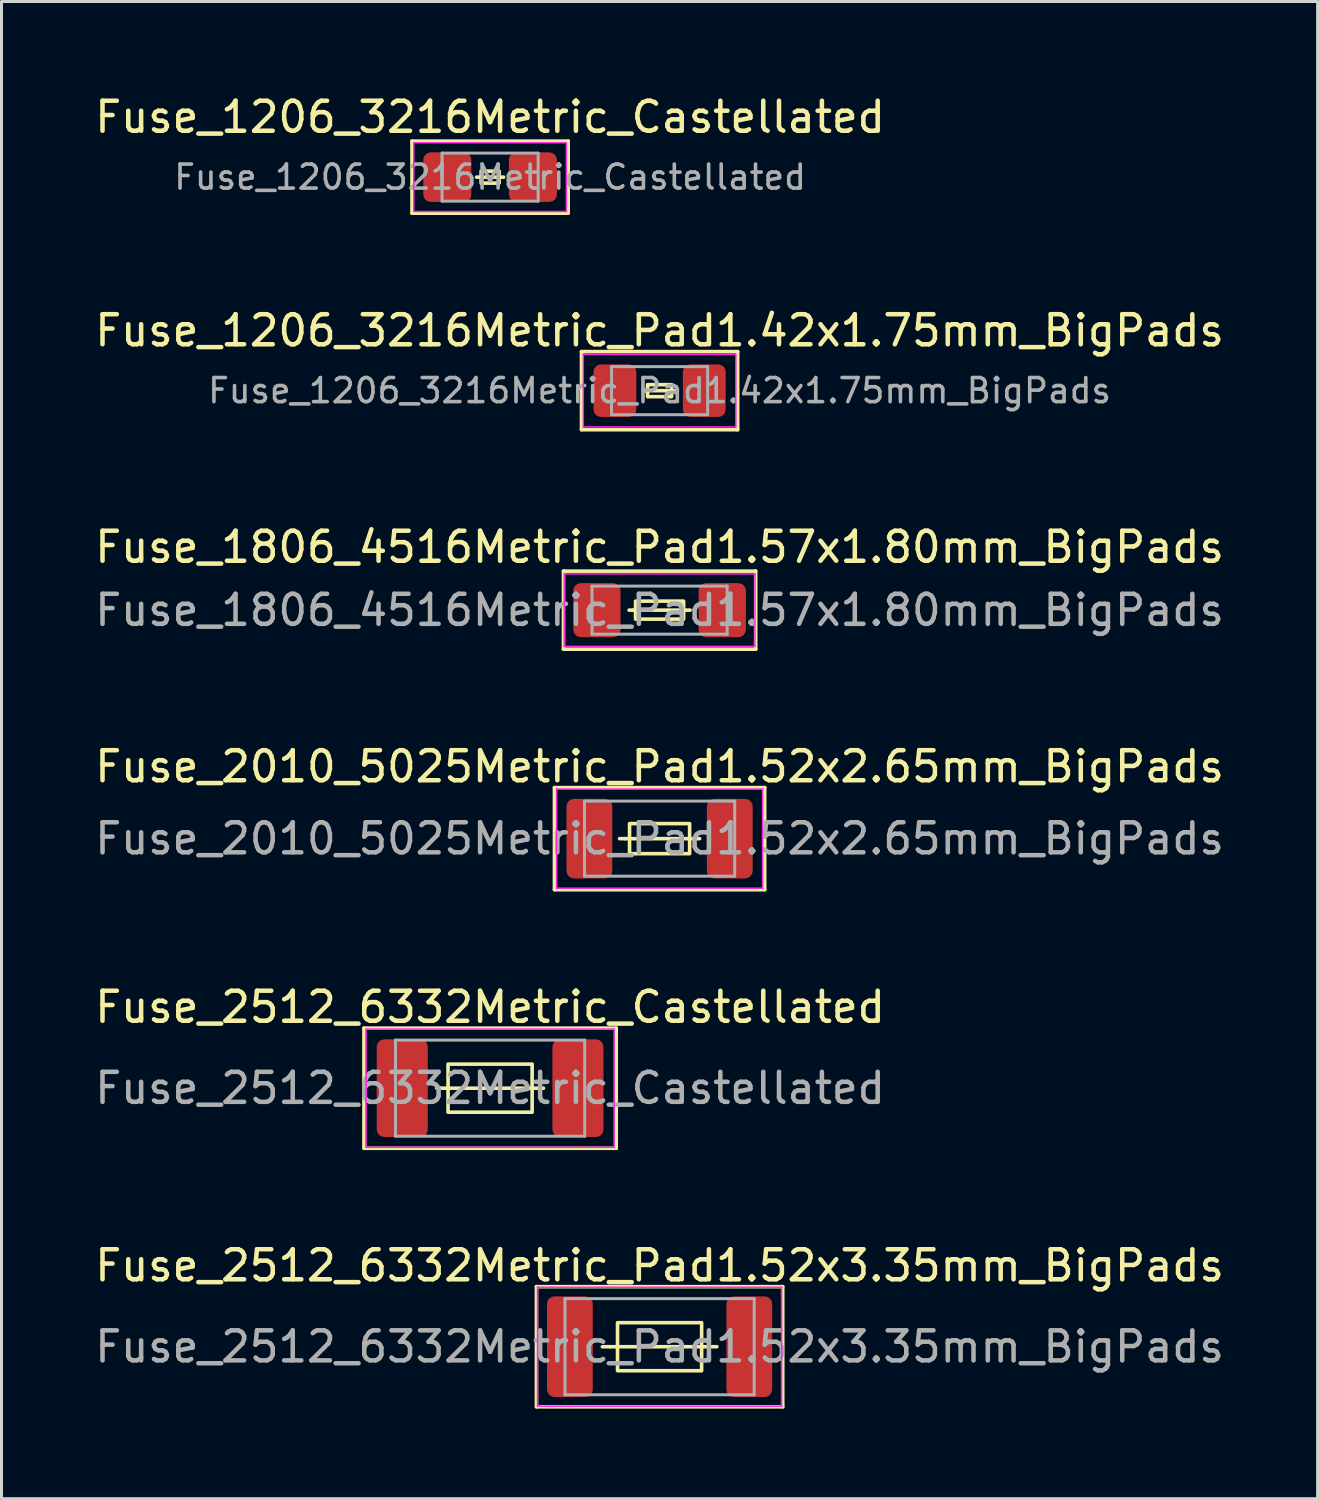
<source format=kicad_pcb>
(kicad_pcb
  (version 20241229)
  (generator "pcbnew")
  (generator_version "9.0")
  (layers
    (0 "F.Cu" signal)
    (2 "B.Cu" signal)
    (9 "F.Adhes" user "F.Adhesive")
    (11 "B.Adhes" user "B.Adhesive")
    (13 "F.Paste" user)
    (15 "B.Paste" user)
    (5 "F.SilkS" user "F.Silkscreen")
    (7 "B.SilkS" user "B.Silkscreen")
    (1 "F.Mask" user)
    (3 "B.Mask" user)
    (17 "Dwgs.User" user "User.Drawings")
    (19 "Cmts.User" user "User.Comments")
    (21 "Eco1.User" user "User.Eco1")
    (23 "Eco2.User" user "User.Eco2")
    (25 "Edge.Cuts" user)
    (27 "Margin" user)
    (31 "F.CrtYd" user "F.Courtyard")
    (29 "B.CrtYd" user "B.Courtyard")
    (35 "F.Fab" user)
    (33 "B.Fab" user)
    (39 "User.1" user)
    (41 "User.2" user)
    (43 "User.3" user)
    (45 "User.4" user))
  (footprint "Fuse_1806_4516Metric_Pad1.57x1.80mm_BigPads"
    (layer "F.Cu")
    (at 18.911 17.265)
    (property "Reference" "Fuse_1806_4516Metric_Pad1.57x1.80mm_BigPads" (at 0 -2.1 0) (layer "F.SilkS") (effects (font (size 1 1) (thickness 0.15))))
    (attr smd)
    (fp_line (start -3.2 -1.3) (end -3.2 1.3) (stroke (width 0.12) (type solid)) (layer "F.SilkS"))
    (fp_line (start -3.2 1.3) (end 3.2 1.3) (stroke (width 0.12) (type solid)) (layer "F.SilkS"))
    (fp_line (start -0.889 0) (end -1.016 0) (stroke (width 0.12) (type solid)) (layer "F.SilkS"))
    (fp_line (start -0.889 0) (end 1.016 0) (stroke (width 0.12) (type solid)) (layer "F.SilkS"))
    (fp_line (start 3.2 -1.3) (end -3.2 -1.3) (stroke (width 0.12) (type solid)) (layer "F.SilkS"))
    (fp_line (start 3.2 1.3) (end 3.2 -1.3) (stroke (width 0.12) (type solid)) (layer "F.SilkS"))
    (fp_rect (start -0.8 -0.3) (end 0.8 0.3) (stroke (width 0.12) (type solid)) (fill no) (layer "F.SilkS"))
    (fp_line (start -3.175 -1.206) (end 3.175 -1.206) (stroke (width 0.05) (type solid)) (layer "F.CrtYd"))
    (fp_line (start -3.175 1.206) (end -3.175 -1.206) (stroke (width 0.05) (type solid)) (layer "F.CrtYd"))
    (fp_line (start 3.175 -1.206) (end 3.175 1.206) (stroke (width 0.05) (type solid)) (layer "F.CrtYd"))
    (fp_line (start 3.175 1.206) (end -3.175 1.206) (stroke (width 0.05) (type solid)) (layer "F.CrtYd"))
    (fp_line (start -2.25 -0.8) (end 2.25 -0.8) (stroke (width 0.1) (type solid)) (layer "F.Fab"))
    (fp_line (start -2.25 0.8) (end -2.25 -0.8) (stroke (width 0.1) (type solid)) (layer "F.Fab"))
    (fp_line (start 2.25 -0.8) (end 2.25 0.8) (stroke (width 0.1) (type solid)) (layer "F.Fab"))
    (fp_line (start 2.25 0.8) (end -2.25 0.8) (stroke (width 0.1) (type solid)) (layer "F.Fab"))
    (fp_text user "${REFERENCE}" (at 0 0 0) (layer "F.Fab") (effects (font (size 1 1) (thickness 0.15))))
    (pad "1" smd roundrect (at -2.087 0) (size 1.575 1.8) (layers "F.Cu" "F.Mask" "F.Paste") (roundrect_rratio 0.159))
    (pad "2" smd roundrect (at 2.087 0) (size 1.575 1.8) (layers "F.Cu" "F.Mask" "F.Paste") (roundrect_rratio 0.159)))
  (footprint "Fuse_2512_6332Metric_Castellated"
    (layer "F.Cu")
    (at 13.268 33.181)
    (property "Reference" "Fuse_2512_6332Metric_Castellated" (at 0 -2.7 0) (layer "F.SilkS") (effects (font (size 1 1) (thickness 0.15))))
    (attr smd)
    (fp_line (start -4.2 -2) (end -4.2 2) (stroke (width 0.12) (type solid)) (layer "F.SilkS"))
    (fp_line (start -4.2 2) (end 4.2 2) (stroke (width 0.12) (type solid)) (layer "F.SilkS"))
    (fp_line (start -1.651 0) (end -1.778 0) (stroke (width 0.12) (type solid)) (layer "F.SilkS"))
    (fp_line (start 1.778 0) (end -1.651 0) (stroke (width 0.12) (type solid)) (layer "F.SilkS"))
    (fp_line (start 4.2 -2) (end -4.2 -2) (stroke (width 0.12) (type solid)) (layer "F.SilkS"))
    (fp_line (start 4.2 2) (end 4.2 -2) (stroke (width 0.12) (type solid)) (layer "F.SilkS"))
    (fp_rect (start -1.4 -0.8) (end 1.4 0.8) (stroke (width 0.12) (type solid)) (fill no) (layer "F.SilkS"))
    (fp_line (start -4.128 -1.968) (end 4.128 -1.968) (stroke (width 0.05) (type solid)) (layer "F.CrtYd"))
    (fp_line (start -4.128 1.968) (end -4.128 -1.968) (stroke (width 0.05) (type solid)) (layer "F.CrtYd"))
    (fp_line (start 4.128 -1.968) (end 4.128 1.968) (stroke (width 0.05) (type solid)) (layer "F.CrtYd"))
    (fp_line (start 4.128 1.968) (end -4.128 1.968) (stroke (width 0.05) (type solid)) (layer "F.CrtYd"))
    (fp_line (start -3.15 -1.6) (end 3.15 -1.6) (stroke (width 0.1) (type solid)) (layer "F.Fab"))
    (fp_line (start -3.15 1.6) (end -3.15 -1.6) (stroke (width 0.1) (type solid)) (layer "F.Fab"))
    (fp_line (start 3.15 -1.6) (end 3.15 1.6) (stroke (width 0.1) (type solid)) (layer "F.Fab"))
    (fp_line (start 3.15 1.6) (end -3.15 1.6) (stroke (width 0.1) (type solid)) (layer "F.Fab"))
    (fp_text user "${REFERENCE}" (at 0 0 0) (layer "F.Fab") (effects (font (size 1 1) (thickness 0.15))))
    (pad "1" smd roundrect (at -2.925 0) (size 1.7 3.25) (layers "F.Cu" "F.Mask" "F.Paste") (roundrect_rratio 0.147))
    (pad "2" smd roundrect (at 2.925 0) (size 1.7 3.25) (layers "F.Cu" "F.Mask" "F.Paste") (roundrect_rratio 0.147)))
  (footprint "Fuse_1206_3216Metric_Pad1.42x1.75mm_BigPads"
    (layer "F.Cu")
    (at 18.911 9.957)
    (property "Reference" "Fuse_1206_3216Metric_Pad1.42x1.75mm_BigPads" (at 0 -2 0) (layer "F.SilkS") (effects (font (size 1 1) (thickness 0.15))))
    (attr smd)
    (fp_line (start -2.6 -1.3) (end -2.6 1.3) (stroke (width 0.12) (type solid)) (layer "F.SilkS"))
    (fp_line (start -2.6 1.3) (end 2.6 1.3) (stroke (width 0.12) (type solid)) (layer "F.SilkS"))
    (fp_line (start -2.5 -1.3) (end -2.6 -1.3) (stroke (width 0.12) (type solid)) (layer "F.SilkS"))
    (fp_line (start -0.457 0) (end -0.508 0) (stroke (width 0.12) (type solid)) (layer "F.SilkS"))
    (fp_line (start -0.457 0) (end 0.508 0) (stroke (width 0.12) (type solid)) (layer "F.SilkS"))
    (fp_line (start 2.6 -1.3) (end -2.5 -1.3) (stroke (width 0.12) (type solid)) (layer "F.SilkS"))
    (fp_line (start 2.6 1.3) (end 2.6 -1.3) (stroke (width 0.12) (type solid)) (layer "F.SilkS"))
    (fp_rect (start -0.4 -0.2) (end 0.4 0.2) (stroke (width 0.12) (type solid)) (fill no) (layer "F.SilkS"))
    (fp_line (start -2.54 -1.206) (end 2.54 -1.206) (stroke (width 0.05) (type solid)) (layer "F.CrtYd"))
    (fp_line (start -2.54 1.206) (end -2.54 -1.206) (stroke (width 0.05) (type solid)) (layer "F.CrtYd"))
    (fp_line (start 2.54 -1.206) (end 2.54 1.206) (stroke (width 0.05) (type solid)) (layer "F.CrtYd"))
    (fp_line (start 2.54 1.206) (end -2.54 1.206) (stroke (width 0.05) (type solid)) (layer "F.CrtYd"))
    (fp_line (start -1.6 -0.8) (end 1.6 -0.8) (stroke (width 0.1) (type solid)) (layer "F.Fab"))
    (fp_line (start -1.6 0.8) (end -1.6 -0.8) (stroke (width 0.1) (type solid)) (layer "F.Fab"))
    (fp_line (start 1.6 -0.8) (end 1.6 0.8) (stroke (width 0.1) (type solid)) (layer "F.Fab"))
    (fp_line (start 1.6 0.8) (end -1.6 0.8) (stroke (width 0.1) (type solid)) (layer "F.Fab"))
    (fp_text user "${REFERENCE}" (at 0 0 0) (layer "F.Fab") (effects (font (size 0.8 0.8) (thickness 0.12))))
    (pad "1" smd roundrect (at -1.488 0) (size 1.425 1.75) (layers "F.Cu" "F.Mask" "F.Paste") (roundrect_rratio 0.175))
    (pad "2" smd roundrect (at 1.488 0) (size 1.425 1.75) (layers "F.Cu" "F.Mask" "F.Paste") (roundrect_rratio 0.175)))
  (footprint "Fuse_1206_3216Metric_Castellated"
    (layer "F.Cu")
    (at 13.268 2.848)
    (property "Reference" "Fuse_1206_3216Metric_Castellated" (at 0 -2 0) (layer "F.SilkS") (effects (font (size 1 1) (thickness 0.15))))
    (attr smd)
    (fp_line (start -2.6 -1.2) (end -2.6 1.2) (stroke (width 0.12) (type solid)) (layer "F.SilkS"))
    (fp_line (start -2.6 1.2) (end 2.6 1.2) (stroke (width 0.12) (type solid)) (layer "F.SilkS"))
    (fp_line (start 0.45 0) (end -0.45 0) (stroke (width 0.12) (type solid)) (layer "F.SilkS"))
    (fp_line (start 2.6 -1.2) (end -2.6 -1.2) (stroke (width 0.12) (type solid)) (layer "F.SilkS"))
    (fp_line (start 2.6 1.2) (end 2.6 -1.2) (stroke (width 0.12) (type solid)) (layer "F.SilkS"))
    (fp_rect (start -0.3 -0.2) (end 0.3 0.2) (stroke (width 0.12) (type solid)) (fill no) (layer "F.SilkS"))
    (fp_line (start -2.54 -1.143) (end 2.54 -1.143) (stroke (width 0.05) (type solid)) (layer "F.CrtYd"))
    (fp_line (start -2.54 1.143) (end -2.54 -1.143) (stroke (width 0.05) (type solid)) (layer "F.CrtYd"))
    (fp_line (start 2.54 -1.143) (end 2.54 1.143) (stroke (width 0.05) (type solid)) (layer "F.CrtYd"))
    (fp_line (start 2.54 1.143) (end -2.54 1.143) (stroke (width 0.05) (type solid)) (layer "F.CrtYd"))
    (fp_line (start -1.6 -0.8) (end 1.6 -0.8) (stroke (width 0.1) (type solid)) (layer "F.Fab"))
    (fp_line (start -1.6 0.8) (end -1.6 -0.8) (stroke (width 0.1) (type solid)) (layer "F.Fab"))
    (fp_line (start 1.6 -0.8) (end 1.6 0.8) (stroke (width 0.1) (type solid)) (layer "F.Fab"))
    (fp_line (start 1.6 0.8) (end -1.6 0.8) (stroke (width 0.1) (type solid)) (layer "F.Fab"))
    (fp_text user "${REFERENCE}" (at 0 0 0) (layer "F.Fab") (effects (font (size 0.8 0.8) (thickness 0.12))))
    (pad "1" smd roundrect (at -1.425 0) (size 1.6 1.65) (layers "F.Cu" "F.Mask" "F.Paste") (roundrect_rratio 0.156))
    (pad "2" smd roundrect (at 1.425 0) (size 1.6 1.65) (layers "F.Cu" "F.Mask" "F.Paste") (roundrect_rratio 0.156)))
  (footprint "Fuse_2010_5025Metric_Pad1.52x2.65mm_BigPads"
    (layer "F.Cu")
    (at 18.911 24.873)
    (property "Reference" "Fuse_2010_5025Metric_Pad1.52x2.65mm_BigPads" (at 0 -2.4 0) (layer "F.SilkS") (effects (font (size 1 1) (thickness 0.15))))
    (attr smd)
    (fp_line (start -3.5 -1.7) (end -3.5 1.7) (stroke (width 0.12) (type solid)) (layer "F.SilkS"))
    (fp_line (start -3.5 1.7) (end 3.5 1.7) (stroke (width 0.12) (type solid)) (layer "F.SilkS"))
    (fp_line (start -1.143 0) (end -1.333 0) (stroke (width 0.12) (type solid)) (layer "F.SilkS"))
    (fp_line (start -1.143 0) (end 1.333 0) (stroke (width 0.12) (type solid)) (layer "F.SilkS"))
    (fp_line (start 3.5 -1.7) (end -3.5 -1.7) (stroke (width 0.12) (type solid)) (layer "F.SilkS"))
    (fp_line (start 3.5 1.7) (end 3.5 -1.7) (stroke (width 0.12) (type solid)) (layer "F.SilkS"))
    (fp_rect (start -1 -0.5) (end 1 0.5) (stroke (width 0.12) (type solid)) (fill no) (layer "F.SilkS"))
    (fp_line (start -3.429 -1.651) (end 3.429 -1.651) (stroke (width 0.05) (type solid)) (layer "F.CrtYd"))
    (fp_line (start -3.429 1.651) (end -3.429 -1.651) (stroke (width 0.05) (type solid)) (layer "F.CrtYd"))
    (fp_line (start 3.429 -1.651) (end 3.429 1.651) (stroke (width 0.05) (type solid)) (layer "F.CrtYd"))
    (fp_line (start 3.429 1.651) (end -3.429 1.651) (stroke (width 0.05) (type solid)) (layer "F.CrtYd"))
    (fp_line (start -2.5 -1.25) (end 2.5 -1.25) (stroke (width 0.1) (type solid)) (layer "F.Fab"))
    (fp_line (start -2.5 1.25) (end -2.5 -1.25) (stroke (width 0.1) (type solid)) (layer "F.Fab"))
    (fp_line (start 2.5 -1.25) (end 2.5 1.25) (stroke (width 0.1) (type solid)) (layer "F.Fab"))
    (fp_line (start 2.5 1.25) (end -2.5 1.25) (stroke (width 0.1) (type solid)) (layer "F.Fab"))
    (fp_text user "${REFERENCE}" (at 0 0 0) (layer "F.Fab") (effects (font (size 1 1) (thickness 0.15))))
    (pad "1" smd roundrect (at -2.337 0) (size 1.525 2.65) (layers "F.Cu" "F.Mask" "F.Paste") (roundrect_rratio 0.164))
    (pad "2" smd roundrect (at 2.337 0) (size 1.525 2.65) (layers "F.Cu" "F.Mask" "F.Paste") (roundrect_rratio 0.164)))
  (footprint "Fuse_2512_6332Metric_Pad1.52x3.35mm_BigPads"
    (layer "F.Cu")
    (at 18.911 41.789)
    (property "Reference" "Fuse_2512_6332Metric_Pad1.52x3.35mm_BigPads" (at 0 -2.7 0) (layer "F.SilkS") (effects (font (size 1 1) (thickness 0.15))))
    (attr smd)
    (fp_line (start -4.1 -2) (end -4.1 2) (stroke (width 0.12) (type solid)) (layer "F.SilkS"))
    (fp_line (start -4.1 2) (end 4.1 2) (stroke (width 0.12) (type solid)) (layer "F.SilkS"))
    (fp_line (start -1.651 0) (end -1.905 0) (stroke (width 0.12) (type solid)) (layer "F.SilkS"))
    (fp_line (start 1.905 0) (end -1.651 0) (stroke (width 0.12) (type solid)) (layer "F.SilkS"))
    (fp_line (start 4.1 -2) (end -4.1 -2) (stroke (width 0.12) (type solid)) (layer "F.SilkS"))
    (fp_line (start 4.1 2) (end 4.1 -2) (stroke (width 0.12) (type solid)) (layer "F.SilkS"))
    (fp_rect (start -1.4 -0.8) (end 1.4 0.8) (stroke (width 0.12) (type solid)) (fill no) (layer "F.SilkS"))
    (fp_line (start -4.064 -1.981) (end 4.064 -1.981) (stroke (width 0.05) (type solid)) (layer "F.CrtYd"))
    (fp_line (start -4.064 1.981) (end -4.064 -1.981) (stroke (width 0.05) (type solid)) (layer "F.CrtYd"))
    (fp_line (start 4.064 -1.981) (end 4.064 1.981) (stroke (width 0.05) (type solid)) (layer "F.CrtYd"))
    (fp_line (start 4.064 1.981) (end -4.064 1.981) (stroke (width 0.05) (type solid)) (layer "F.CrtYd"))
    (fp_line (start -3.15 -1.6) (end 3.15 -1.6) (stroke (width 0.1) (type solid)) (layer "F.Fab"))
    (fp_line (start -3.15 1.6) (end -3.15 -1.6) (stroke (width 0.1) (type solid)) (layer "F.Fab"))
    (fp_line (start 3.15 -1.6) (end 3.15 1.6) (stroke (width 0.1) (type solid)) (layer "F.Fab"))
    (fp_line (start 3.15 1.6) (end -3.15 1.6) (stroke (width 0.1) (type solid)) (layer "F.Fab"))
    (fp_text user "${REFERENCE}" (at 0 0 0) (layer "F.Fab") (effects (font (size 1 1) (thickness 0.15))))
    (pad "1" smd roundrect (at -2.987 0) (size 1.525 3.35) (layers "F.Cu" "F.Mask" "F.Paste") (roundrect_rratio 0.164))
    (pad "2" smd roundrect (at 2.987 0) (size 1.525 3.35) (layers "F.Cu" "F.Mask" "F.Paste") (roundrect_rratio 0.164)))
  (gr_rect
    (start -3 -3)
    (end 40.821 46.849)
    (stroke (width 0.1) (type default))
    (fill no)
    (layer "Edge.Cuts")))
</source>
